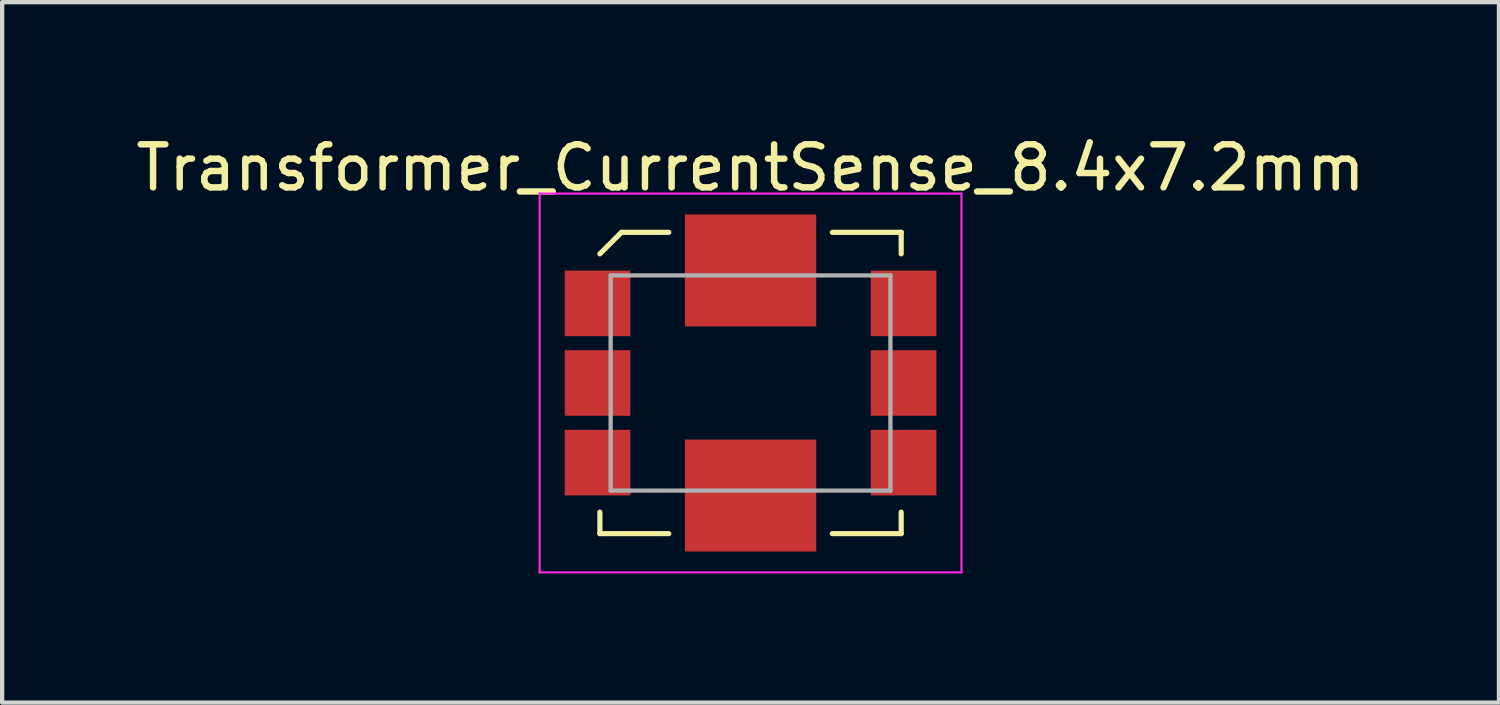
<source format=kicad_pcb>
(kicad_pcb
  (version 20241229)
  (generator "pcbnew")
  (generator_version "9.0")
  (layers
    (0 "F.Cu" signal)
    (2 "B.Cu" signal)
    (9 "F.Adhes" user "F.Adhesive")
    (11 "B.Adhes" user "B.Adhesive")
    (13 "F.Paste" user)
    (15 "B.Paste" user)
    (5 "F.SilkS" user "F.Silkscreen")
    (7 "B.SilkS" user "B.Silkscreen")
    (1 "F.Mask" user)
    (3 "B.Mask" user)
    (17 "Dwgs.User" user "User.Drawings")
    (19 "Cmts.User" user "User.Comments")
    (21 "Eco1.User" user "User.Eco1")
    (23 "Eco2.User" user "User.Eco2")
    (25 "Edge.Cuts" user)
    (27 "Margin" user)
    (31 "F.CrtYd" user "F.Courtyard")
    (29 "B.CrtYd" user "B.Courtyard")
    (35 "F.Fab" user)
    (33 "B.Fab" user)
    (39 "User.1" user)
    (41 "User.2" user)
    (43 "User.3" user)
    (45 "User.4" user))
  (footprint "Transformer_CurrentSense_8.4x7.2mm"
    (layer "F.Cu")
    (at 14.387 5.848)
    (property "Reference" "Transformer_CurrentSense_8.4x7.2mm" (at 0 -5 0) (layer "F.SilkS") (effects (font (size 1 1) (thickness 0.15))))
    (attr smd)
    (fp_line (start -3.5 -3) (end -3 -3.5) (stroke (width 0.12) (type solid)) (layer "F.SilkS"))
    (fp_line (start -3.5 3.5) (end -3.5 3) (stroke (width 0.12) (type solid)) (layer "F.SilkS"))
    (fp_line (start -3 -3.5) (end -1.9 -3.5) (stroke (width 0.12) (type solid)) (layer "F.SilkS"))
    (fp_line (start -1.9 3.5) (end -3.5 3.5) (stroke (width 0.12) (type solid)) (layer "F.SilkS"))
    (fp_line (start 1.9 -3.5) (end 3.5 -3.5) (stroke (width 0.12) (type solid)) (layer "F.SilkS"))
    (fp_line (start 1.9 3.5) (end 3.5 3.5) (stroke (width 0.12) (type solid)) (layer "F.SilkS"))
    (fp_line (start 3.5 -3.5) (end 3.5 -3) (stroke (width 0.12) (type solid)) (layer "F.SilkS"))
    (fp_line (start 3.5 3.5) (end 3.5 3) (stroke (width 0.12) (type solid)) (layer "F.SilkS"))
    (fp_line (start -4.9 -4.4) (end -4.9 4.4) (stroke (width 0.05) (type solid)) (layer "F.CrtYd"))
    (fp_line (start -4.9 4.4) (end 4.9 4.4) (stroke (width 0.05) (type solid)) (layer "F.CrtYd"))
    (fp_line (start 4.9 -4.4) (end -4.9 -4.4) (stroke (width 0.05) (type solid)) (layer "F.CrtYd"))
    (fp_line (start 4.9 4.4) (end 4.9 -4.4) (stroke (width 0.05) (type solid)) (layer "F.CrtYd"))
    (fp_line (start -3.25 -2.5) (end 3.25 -2.5) (stroke (width 0.1) (type solid)) (layer "F.Fab"))
    (fp_line (start -3.25 2.5) (end -3.25 -2.5) (stroke (width 0.1) (type solid)) (layer "F.Fab"))
    (fp_line (start 3.25 -2.5) (end 3.25 2.5) (stroke (width 0.1) (type solid)) (layer "F.Fab"))
    (fp_line (start 3.25 2.5) (end -3.25 2.5) (stroke (width 0.1) (type solid)) (layer "F.Fab"))
    (pad "1" smd rect (at -3.555 -1.85) (size 1.524 1.524) (layers "F.Cu" "F.Mask" "F.Paste"))
    (pad "2" smd rect (at -3.555 0) (size 1.524 1.524) (layers "F.Cu" "F.Mask" "F.Paste"))
    (pad "3" smd rect (at -3.555 1.85) (size 1.524 1.524) (layers "F.Cu" "F.Mask" "F.Paste"))
    (pad "4" smd rect (at 3.555 1.85) (size 1.524 1.524) (layers "F.Cu" "F.Mask" "F.Paste"))
    (pad "5" smd rect (at 3.555 0) (size 1.524 1.524) (layers "F.Cu" "F.Mask" "F.Paste"))
    (pad "6" smd rect (at 3.555 -1.85) (size 1.524 1.524) (layers "F.Cu" "F.Mask" "F.Paste"))
    (pad "7" smd rect (at 0 2.615) (size 3.05 2.6) (layers "F.Cu" "F.Mask" "F.Paste"))
    (pad "8" smd rect (at 0 -2.615) (size 3.05 2.6) (layers "F.Cu" "F.Mask" "F.Paste")))
  (gr_rect
    (start -3 -3)
    (end 31.774 13.273)
    (stroke (width 0.1) (type default))
    (fill no)
    (layer "Edge.Cuts")))
</source>
